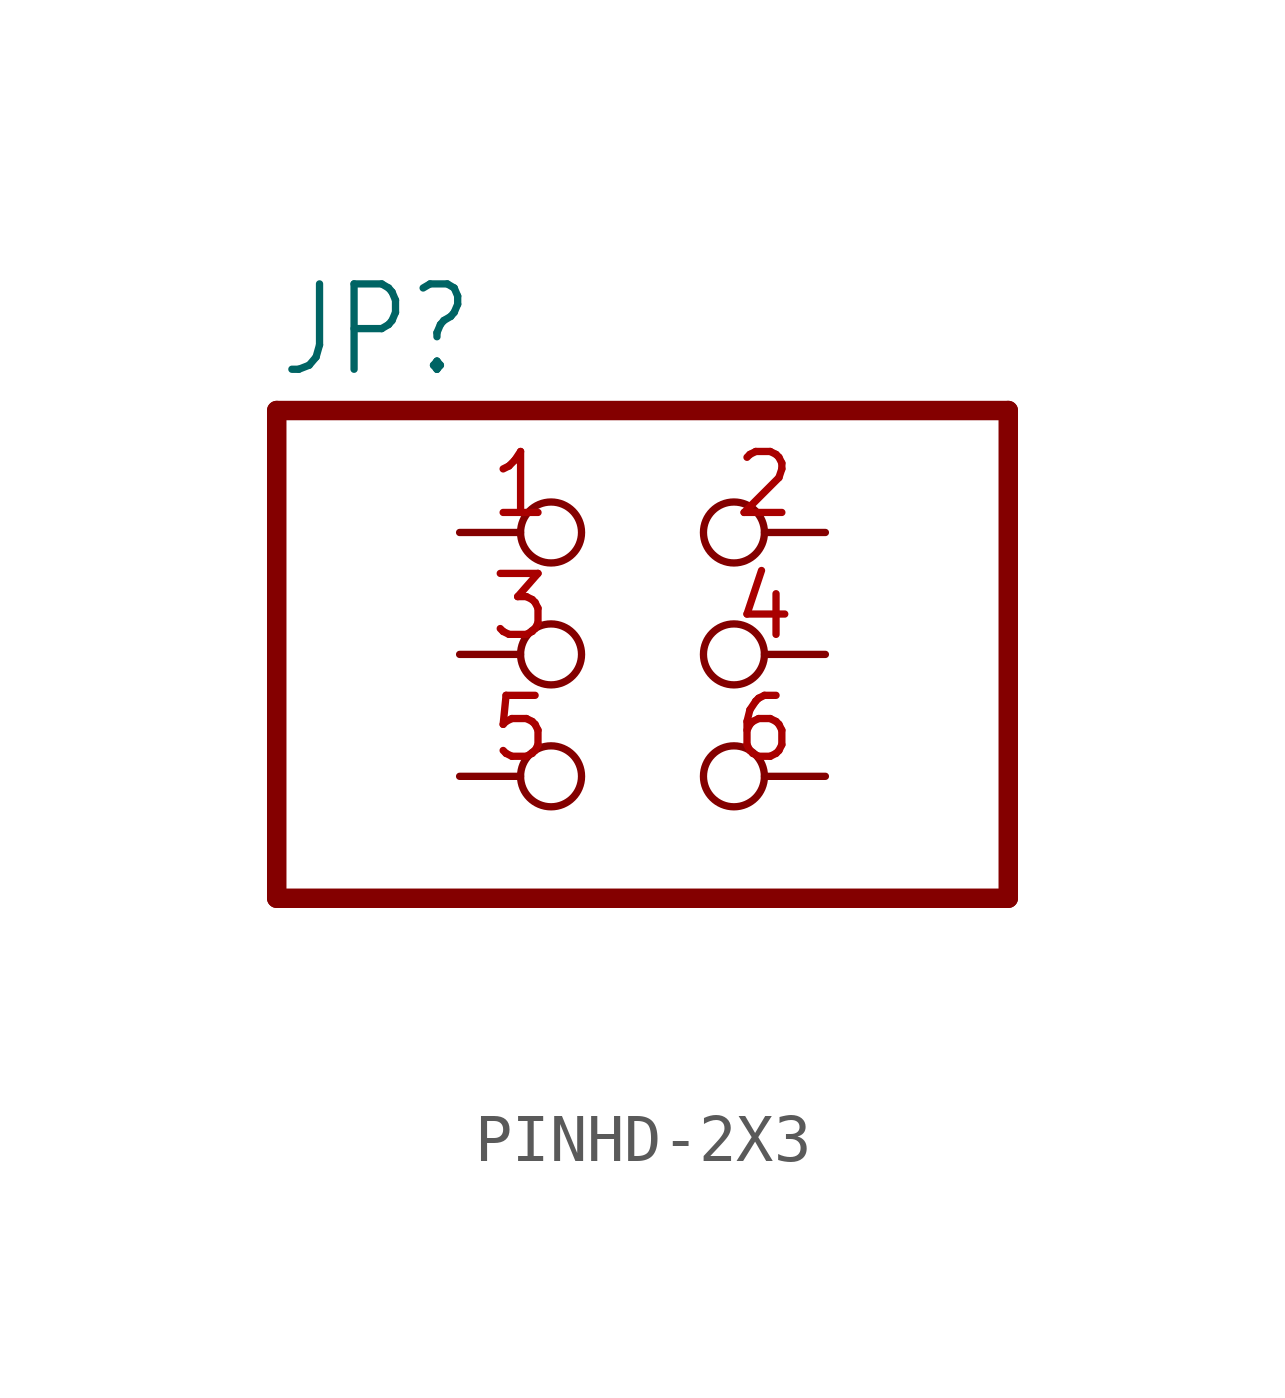
<source format=kicad_sym>
(kicad_symbol_lib
  (version 20231120)
  (generator "kicad_symbol_editor")
  (generator_version "8.0")
  (symbol "PINHD-2X3"
    (property "Reference" "JP"
      (at -6.35 5.715 0)
      (effects (font (size 1.778 1.511)) (justify left bottom)))
    (property "Value" ""
      (at -6.35 -7.62 0)
      (effects (font (size 1.778 1.511)) (justify left bottom)))
    (property "ki_locked" ""
      (at 0 0 0)
      (effects (font (size 1.27 1.27))))
    (symbol "PINHD-2X3_1_0"
      (polyline (pts (xy -6.35 -5.08) (xy 8.89 -5.08)) (stroke (width 0.406) (type solid)) (fill (type none)))
      (polyline (pts (xy -6.35 5.08) (xy -6.35 -5.08)) (stroke (width 0.406) (type solid)) (fill (type none)))
      (polyline (pts (xy 8.89 -5.08) (xy 8.89 5.08)) (stroke (width 0.406) (type solid)) (fill (type none)))
      (polyline (pts (xy 8.89 5.08) (xy -6.35 5.08)) (stroke (width 0.406) (type solid)) (fill (type none)))
      (pin passive inverted (at -2.54 2.54 0) (length 2.54) (name "1" (effects (font (size 0 0)))) (number "1" (effects (font (size 1.27 1.27)))))
      (pin passive inverted (at 5.08 2.54 180) (length 2.54) (name "2" (effects (font (size 0 0)))) (number "2" (effects (font (size 1.27 1.27)))))
      (pin passive inverted (at -2.54 0 0) (length 2.54) (name "3" (effects (font (size 0 0)))) (number "3" (effects (font (size 1.27 1.27)))))
      (pin passive inverted (at 5.08 0 180) (length 2.54) (name "4" (effects (font (size 0 0)))) (number "4" (effects (font (size 1.27 1.27)))))
      (pin passive inverted (at -2.54 -2.54 0) (length 2.54) (name "5" (effects (font (size 0 0)))) (number "5" (effects (font (size 1.27 1.27)))))
      (pin passive inverted (at 5.08 -2.54 180) (length 2.54) (name "6" (effects (font (size 0 0)))) (number "6" (effects (font (size 1.27 1.27))))))))
</source>
